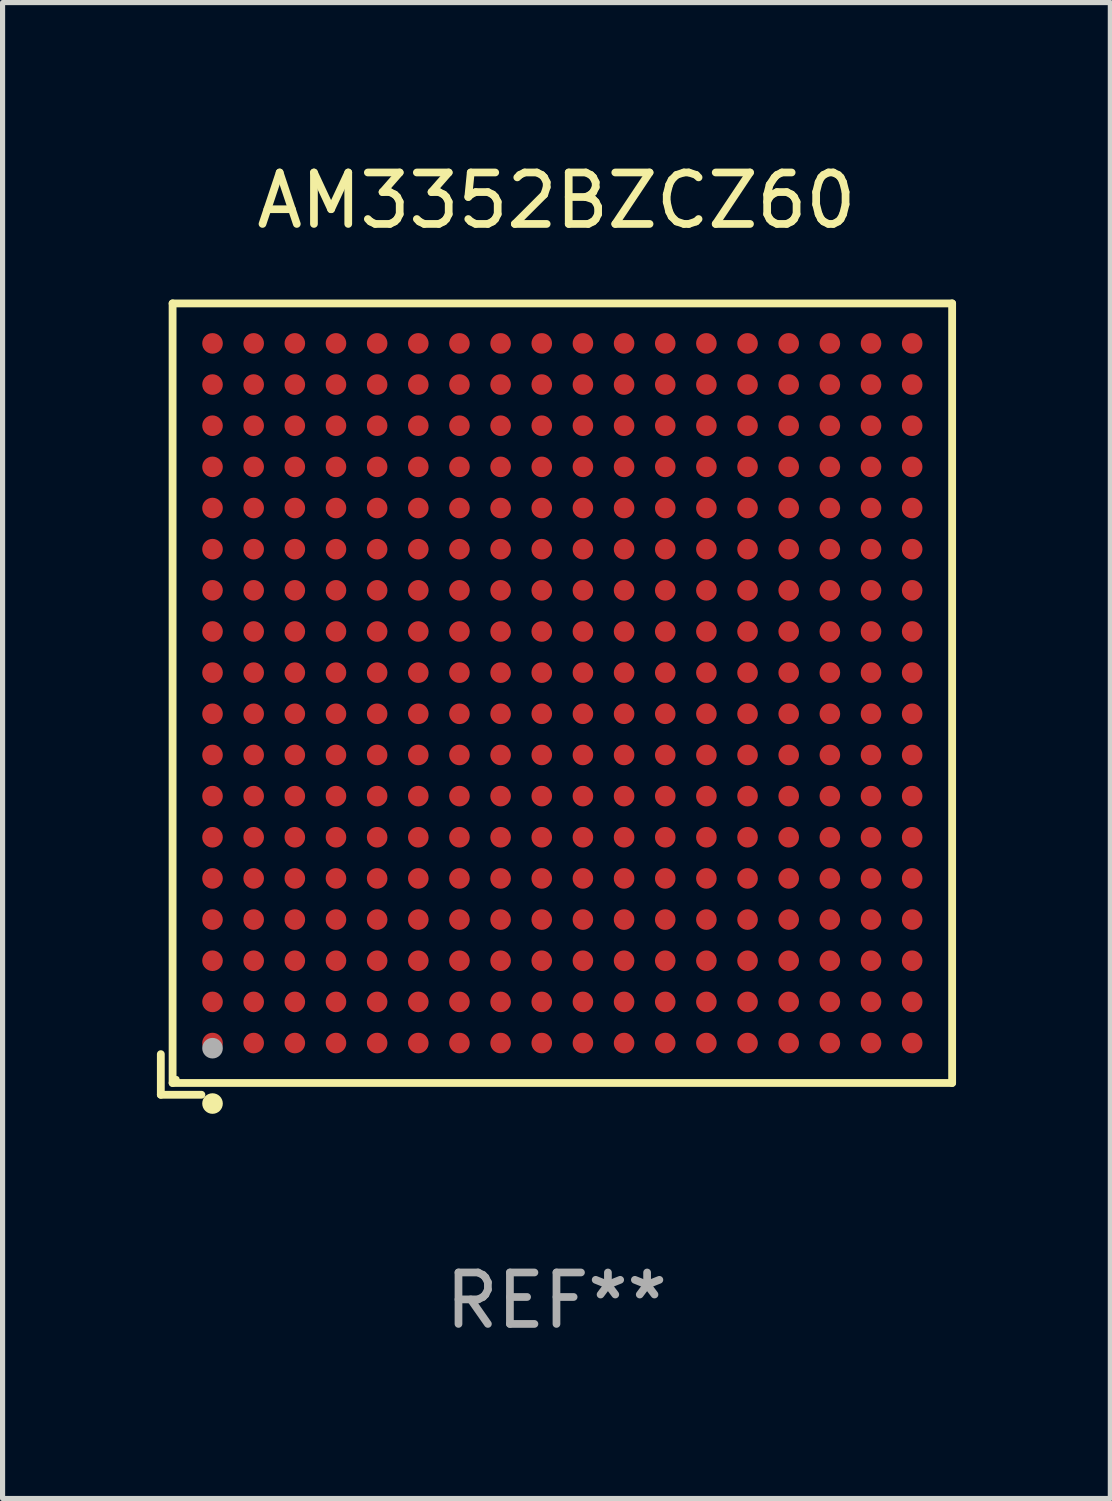
<source format=kicad_pcb>
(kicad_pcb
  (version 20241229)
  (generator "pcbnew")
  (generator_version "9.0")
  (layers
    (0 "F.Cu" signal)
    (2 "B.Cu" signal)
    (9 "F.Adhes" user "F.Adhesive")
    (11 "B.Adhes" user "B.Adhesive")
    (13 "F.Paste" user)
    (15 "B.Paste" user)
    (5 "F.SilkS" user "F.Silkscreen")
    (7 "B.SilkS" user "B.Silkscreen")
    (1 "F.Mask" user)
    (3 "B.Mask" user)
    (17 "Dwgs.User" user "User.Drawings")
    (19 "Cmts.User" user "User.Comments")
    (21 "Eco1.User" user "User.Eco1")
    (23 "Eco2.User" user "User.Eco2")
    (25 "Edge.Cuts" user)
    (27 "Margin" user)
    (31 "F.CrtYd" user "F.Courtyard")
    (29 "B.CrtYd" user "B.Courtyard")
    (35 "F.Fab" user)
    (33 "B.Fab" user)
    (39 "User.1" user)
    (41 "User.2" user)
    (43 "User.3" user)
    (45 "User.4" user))
  (footprint "AM3352BZCZ60"
    (layer "F.Cu")
    (at 7.767 10.539)
    (property "Reference" "AM3352BZCZ60" (at 0 -9.691 0) (layer "F.SilkS") (effects (font (size 1 1) (thickness 0.15))))
    (attr through_hole)
    (fp_line (start -7.691 6.902) (end -7.691 7.691) (stroke (width 0.152) (type solid)) (layer "F.SilkS"))
    (fp_line (start -7.691 7.691) (end -6.902 7.691) (stroke (width 0.152) (type solid)) (layer "F.SilkS"))
    (fp_line (start -7.462 -7.691) (end 7.691 -7.691) (stroke (width 0.152) (type solid)) (layer "F.SilkS"))
    (fp_line (start -7.462 7.462) (end -7.462 -7.691) (stroke (width 0.152) (type solid)) (layer "F.SilkS"))
    (fp_line (start 7.691 -7.691) (end 7.691 7.462) (stroke (width 0.152) (type solid)) (layer "F.SilkS"))
    (fp_line (start 7.691 7.462) (end -7.462 7.462) (stroke (width 0.152) (type solid)) (layer "F.SilkS"))
    (fp_circle (center -7.386 7.386) (end -7.356 7.386) (stroke (width 0.06) (type solid)) (fill no) (layer "F.SilkS"))
    (fp_circle (center -6.686 7.862) (end -6.586 7.862) (stroke (width 0.2) (type solid)) (fill no) (layer "F.SilkS"))
    (fp_circle (center -6.686 6.786) (end -6.586 6.786) (stroke (width 0.2) (type solid)) (fill no) (layer "F.Fab"))
    (fp_text user "REF**" (at 0 11.691 0) (layer "F.Fab") (effects (font (size 1 1) (thickness 0.15))))
    (pad "A1" smd circle (at -6.686 6.686) (size 0.4 0.4) (layers "F.Cu" "F.Mask" "F.Paste"))
    (pad "A2" smd circle (at -6.686 5.886) (size 0.4 0.4) (layers "F.Cu" "F.Mask" "F.Paste"))
    (pad "A3" smd circle (at -6.686 5.086) (size 0.4 0.4) (layers "F.Cu" "F.Mask" "F.Paste"))
    (pad "A4" smd circle (at -6.686 4.286) (size 0.4 0.4) (layers "F.Cu" "F.Mask" "F.Paste"))
    (pad "A5" smd circle (at -6.686 3.486) (size 0.4 0.4) (layers "F.Cu" "F.Mask" "F.Paste"))
    (pad "A6" smd circle (at -6.686 2.686) (size 0.4 0.4) (layers "F.Cu" "F.Mask" "F.Paste"))
    (pad "A7" smd circle (at -6.686 1.886) (size 0.4 0.4) (layers "F.Cu" "F.Mask" "F.Paste"))
    (pad "A8" smd circle (at -6.686 1.086) (size 0.4 0.4) (layers "F.Cu" "F.Mask" "F.Paste"))
    (pad "A9" smd circle (at -6.686 0.286) (size 0.4 0.4) (layers "F.Cu" "F.Mask" "F.Paste"))
    (pad "A10" smd circle (at -6.686 -0.514) (size 0.4 0.4) (layers "F.Cu" "F.Mask" "F.Paste"))
    (pad "A11" smd circle (at -6.686 -1.314) (size 0.4 0.4) (layers "F.Cu" "F.Mask" "F.Paste"))
    (pad "A12" smd circle (at -6.686 -2.114) (size 0.4 0.4) (layers "F.Cu" "F.Mask" "F.Paste"))
    (pad "A13" smd circle (at -6.686 -2.914) (size 0.4 0.4) (layers "F.Cu" "F.Mask" "F.Paste"))
    (pad "A14" smd circle (at -6.686 -3.714) (size 0.4 0.4) (layers "F.Cu" "F.Mask" "F.Paste"))
    (pad "A15" smd circle (at -6.686 -4.514) (size 0.4 0.4) (layers "F.Cu" "F.Mask" "F.Paste"))
    (pad "A16" smd circle (at -6.686 -5.314) (size 0.4 0.4) (layers "F.Cu" "F.Mask" "F.Paste"))
    (pad "A17" smd circle (at -6.686 -6.114) (size 0.4 0.4) (layers "F.Cu" "F.Mask" "F.Paste"))
    (pad "A18" smd circle (at -6.686 -6.914) (size 0.4 0.4) (layers "F.Cu" "F.Mask" "F.Paste"))
    (pad "B1" smd circle (at -5.886 6.686) (size 0.4 0.4) (layers "F.Cu" "F.Mask" "F.Paste"))
    (pad "B2" smd circle (at -5.886 5.886) (size 0.4 0.4) (layers "F.Cu" "F.Mask" "F.Paste"))
    (pad "B3" smd circle (at -5.886 5.086) (size 0.4 0.4) (layers "F.Cu" "F.Mask" "F.Paste"))
    (pad "B4" smd circle (at -5.886 4.286) (size 0.4 0.4) (layers "F.Cu" "F.Mask" "F.Paste"))
    (pad "B5" smd circle (at -5.886 3.486) (size 0.4 0.4) (layers "F.Cu" "F.Mask" "F.Paste"))
    (pad "B6" smd circle (at -5.886 2.686) (size 0.4 0.4) (layers "F.Cu" "F.Mask" "F.Paste"))
    (pad "B7" smd circle (at -5.886 1.886) (size 0.4 0.4) (layers "F.Cu" "F.Mask" "F.Paste"))
    (pad "B8" smd circle (at -5.886 1.086) (size 0.4 0.4) (layers "F.Cu" "F.Mask" "F.Paste"))
    (pad "B9" smd circle (at -5.886 0.286) (size 0.4 0.4) (layers "F.Cu" "F.Mask" "F.Paste"))
    (pad "B10" smd circle (at -5.886 -0.514) (size 0.4 0.4) (layers "F.Cu" "F.Mask" "F.Paste"))
    (pad "B11" smd circle (at -5.886 -1.314) (size 0.4 0.4) (layers "F.Cu" "F.Mask" "F.Paste"))
    (pad "B12" smd circle (at -5.886 -2.114) (size 0.4 0.4) (layers "F.Cu" "F.Mask" "F.Paste"))
    (pad "B13" smd circle (at -5.886 -2.914) (size 0.4 0.4) (layers "F.Cu" "F.Mask" "F.Paste"))
    (pad "B14" smd circle (at -5.886 -3.714) (size 0.4 0.4) (layers "F.Cu" "F.Mask" "F.Paste"))
    (pad "B15" smd circle (at -5.886 -4.514) (size 0.4 0.4) (layers "F.Cu" "F.Mask" "F.Paste"))
    (pad "B16" smd circle (at -5.886 -5.314) (size 0.4 0.4) (layers "F.Cu" "F.Mask" "F.Paste"))
    (pad "B17" smd circle (at -5.886 -6.114) (size 0.4 0.4) (layers "F.Cu" "F.Mask" "F.Paste"))
    (pad "B18" smd circle (at -5.886 -6.914) (size 0.4 0.4) (layers "F.Cu" "F.Mask" "F.Paste"))
    (pad "C1" smd circle (at -5.086 6.686) (size 0.4 0.4) (layers "F.Cu" "F.Mask" "F.Paste"))
    (pad "C2" smd circle (at -5.086 5.886) (size 0.4 0.4) (layers "F.Cu" "F.Mask" "F.Paste"))
    (pad "C3" smd circle (at -5.086 5.086) (size 0.4 0.4) (layers "F.Cu" "F.Mask" "F.Paste"))
    (pad "C4" smd circle (at -5.086 4.286) (size 0.4 0.4) (layers "F.Cu" "F.Mask" "F.Paste"))
    (pad "C5" smd circle (at -5.086 3.486) (size 0.4 0.4) (layers "F.Cu" "F.Mask" "F.Paste"))
    (pad "C6" smd circle (at -5.086 2.686) (size 0.4 0.4) (layers "F.Cu" "F.Mask" "F.Paste"))
    (pad "C7" smd circle (at -5.086 1.886) (size 0.4 0.4) (layers "F.Cu" "F.Mask" "F.Paste"))
    (pad "C8" smd circle (at -5.086 1.086) (size 0.4 0.4) (layers "F.Cu" "F.Mask" "F.Paste"))
    (pad "C9" smd circle (at -5.086 0.286) (size 0.4 0.4) (layers "F.Cu" "F.Mask" "F.Paste"))
    (pad "C10" smd circle (at -5.086 -0.514) (size 0.4 0.4) (layers "F.Cu" "F.Mask" "F.Paste"))
    (pad "C11" smd circle (at -5.086 -1.314) (size 0.4 0.4) (layers "F.Cu" "F.Mask" "F.Paste"))
    (pad "C12" smd circle (at -5.086 -2.114) (size 0.4 0.4) (layers "F.Cu" "F.Mask" "F.Paste"))
    (pad "C13" smd circle (at -5.086 -2.914) (size 0.4 0.4) (layers "F.Cu" "F.Mask" "F.Paste"))
    (pad "C14" smd circle (at -5.086 -3.714) (size 0.4 0.4) (layers "F.Cu" "F.Mask" "F.Paste"))
    (pad "C15" smd circle (at -5.086 -4.514) (size 0.4 0.4) (layers "F.Cu" "F.Mask" "F.Paste"))
    (pad "C16" smd circle (at -5.086 -5.314) (size 0.4 0.4) (layers "F.Cu" "F.Mask" "F.Paste"))
    (pad "C17" smd circle (at -5.086 -6.114) (size 0.4 0.4) (layers "F.Cu" "F.Mask" "F.Paste"))
    (pad "C18" smd circle (at -5.086 -6.914) (size 0.4 0.4) (layers "F.Cu" "F.Mask" "F.Paste"))
    (pad "D1" smd circle (at -4.286 6.686) (size 0.4 0.4) (layers "F.Cu" "F.Mask" "F.Paste"))
    (pad "D2" smd circle (at -4.286 5.886) (size 0.4 0.4) (layers "F.Cu" "F.Mask" "F.Paste"))
    (pad "D3" smd circle (at -4.286 5.086) (size 0.4 0.4) (layers "F.Cu" "F.Mask" "F.Paste"))
    (pad "D4" smd circle (at -4.286 4.286) (size 0.4 0.4) (layers "F.Cu" "F.Mask" "F.Paste"))
    (pad "D5" smd circle (at -4.286 3.486) (size 0.4 0.4) (layers "F.Cu" "F.Mask" "F.Paste"))
    (pad "D6" smd circle (at -4.286 2.686) (size 0.4 0.4) (layers "F.Cu" "F.Mask" "F.Paste"))
    (pad "D7" smd circle (at -4.286 1.886) (size 0.4 0.4) (layers "F.Cu" "F.Mask" "F.Paste"))
    (pad "D8" smd circle (at -4.286 1.086) (size 0.4 0.4) (layers "F.Cu" "F.Mask" "F.Paste"))
    (pad "D9" smd circle (at -4.286 0.286) (size 0.4 0.4) (layers "F.Cu" "F.Mask" "F.Paste"))
    (pad "D10" smd circle (at -4.286 -0.514) (size 0.4 0.4) (layers "F.Cu" "F.Mask" "F.Paste"))
    (pad "D11" smd circle (at -4.286 -1.314) (size 0.4 0.4) (layers "F.Cu" "F.Mask" "F.Paste"))
    (pad "D12" smd circle (at -4.286 -2.114) (size 0.4 0.4) (layers "F.Cu" "F.Mask" "F.Paste"))
    (pad "D13" smd circle (at -4.286 -2.914) (size 0.4 0.4) (layers "F.Cu" "F.Mask" "F.Paste"))
    (pad "D14" smd circle (at -4.286 -3.714) (size 0.4 0.4) (layers "F.Cu" "F.Mask" "F.Paste"))
    (pad "D15" smd circle (at -4.286 -4.514) (size 0.4 0.4) (layers "F.Cu" "F.Mask" "F.Paste"))
    (pad "D16" smd circle (at -4.286 -5.314) (size 0.4 0.4) (layers "F.Cu" "F.Mask" "F.Paste"))
    (pad "D17" smd circle (at -4.286 -6.114) (size 0.4 0.4) (layers "F.Cu" "F.Mask" "F.Paste"))
    (pad "D18" smd circle (at -4.286 -6.914) (size 0.4 0.4) (layers "F.Cu" "F.Mask" "F.Paste"))
    (pad "E1" smd circle (at -3.486 6.686) (size 0.4 0.4) (layers "F.Cu" "F.Mask" "F.Paste"))
    (pad "E2" smd circle (at -3.486 5.886) (size 0.4 0.4) (layers "F.Cu" "F.Mask" "F.Paste"))
    (pad "E3" smd circle (at -3.486 5.086) (size 0.4 0.4) (layers "F.Cu" "F.Mask" "F.Paste"))
    (pad "E4" smd circle (at -3.486 4.286) (size 0.4 0.4) (layers "F.Cu" "F.Mask" "F.Paste"))
    (pad "E5" smd circle (at -3.486 3.486) (size 0.4 0.4) (layers "F.Cu" "F.Mask" "F.Paste"))
    (pad "E6" smd circle (at -3.486 2.686) (size 0.4 0.4) (layers "F.Cu" "F.Mask" "F.Paste"))
    (pad "E7" smd circle (at -3.486 1.886) (size 0.4 0.4) (layers "F.Cu" "F.Mask" "F.Paste"))
    (pad "E8" smd circle (at -3.486 1.086) (size 0.4 0.4) (layers "F.Cu" "F.Mask" "F.Paste"))
    (pad "E9" smd circle (at -3.486 0.286) (size 0.4 0.4) (layers "F.Cu" "F.Mask" "F.Paste"))
    (pad "E10" smd circle (at -3.486 -0.514) (size 0.4 0.4) (layers "F.Cu" "F.Mask" "F.Paste"))
    (pad "E11" smd circle (at -3.486 -1.314) (size 0.4 0.4) (layers "F.Cu" "F.Mask" "F.Paste"))
    (pad "E12" smd circle (at -3.486 -2.114) (size 0.4 0.4) (layers "F.Cu" "F.Mask" "F.Paste"))
    (pad "E13" smd circle (at -3.486 -2.914) (size 0.4 0.4) (layers "F.Cu" "F.Mask" "F.Paste"))
    (pad "E14" smd circle (at -3.486 -3.714) (size 0.4 0.4) (layers "F.Cu" "F.Mask" "F.Paste"))
    (pad "E15" smd circle (at -3.486 -4.514) (size 0.4 0.4) (layers "F.Cu" "F.Mask" "F.Paste"))
    (pad "E16" smd circle (at -3.486 -5.314) (size 0.4 0.4) (layers "F.Cu" "F.Mask" "F.Paste"))
    (pad "E17" smd circle (at -3.486 -6.114) (size 0.4 0.4) (layers "F.Cu" "F.Mask" "F.Paste"))
    (pad "E18" smd circle (at -3.486 -6.914) (size 0.4 0.4) (layers "F.Cu" "F.Mask" "F.Paste"))
    (pad "F1" smd circle (at -2.686 6.686) (size 0.4 0.4) (layers "F.Cu" "F.Mask" "F.Paste"))
    (pad "F2" smd circle (at -2.686 5.886) (size 0.4 0.4) (layers "F.Cu" "F.Mask" "F.Paste"))
    (pad "F3" smd circle (at -2.686 5.086) (size 0.4 0.4) (layers "F.Cu" "F.Mask" "F.Paste"))
    (pad "F4" smd circle (at -2.686 4.286) (size 0.4 0.4) (layers "F.Cu" "F.Mask" "F.Paste"))
    (pad "F5" smd circle (at -2.686 3.486) (size 0.4 0.4) (layers "F.Cu" "F.Mask" "F.Paste"))
    (pad "F6" smd circle (at -2.686 2.686) (size 0.4 0.4) (layers "F.Cu" "F.Mask" "F.Paste"))
    (pad "F7" smd circle (at -2.686 1.886) (size 0.4 0.4) (layers "F.Cu" "F.Mask" "F.Paste"))
    (pad "F8" smd circle (at -2.686 1.086) (size 0.4 0.4) (layers "F.Cu" "F.Mask" "F.Paste"))
    (pad "F9" smd circle (at -2.686 0.286) (size 0.4 0.4) (layers "F.Cu" "F.Mask" "F.Paste"))
    (pad "F10" smd circle (at -2.686 -0.514) (size 0.4 0.4) (layers "F.Cu" "F.Mask" "F.Paste"))
    (pad "F11" smd circle (at -2.686 -1.314) (size 0.4 0.4) (layers "F.Cu" "F.Mask" "F.Paste"))
    (pad "F12" smd circle (at -2.686 -2.114) (size 0.4 0.4) (layers "F.Cu" "F.Mask" "F.Paste"))
    (pad "F13" smd circle (at -2.686 -2.914) (size 0.4 0.4) (layers "F.Cu" "F.Mask" "F.Paste"))
    (pad "F14" smd circle (at -2.686 -3.714) (size 0.4 0.4) (layers "F.Cu" "F.Mask" "F.Paste"))
    (pad "F15" smd circle (at -2.686 -4.514) (size 0.4 0.4) (layers "F.Cu" "F.Mask" "F.Paste"))
    (pad "F16" smd circle (at -2.686 -5.314) (size 0.4 0.4) (layers "F.Cu" "F.Mask" "F.Paste"))
    (pad "F17" smd circle (at -2.686 -6.114) (size 0.4 0.4) (layers "F.Cu" "F.Mask" "F.Paste"))
    (pad "F18" smd circle (at -2.686 -6.914) (size 0.4 0.4) (layers "F.Cu" "F.Mask" "F.Paste"))
    (pad "G1" smd circle (at -1.886 6.686) (size 0.4 0.4) (layers "F.Cu" "F.Mask" "F.Paste"))
    (pad "G2" smd circle (at -1.886 5.886) (size 0.4 0.4) (layers "F.Cu" "F.Mask" "F.Paste"))
    (pad "G3" smd circle (at -1.886 5.086) (size 0.4 0.4) (layers "F.Cu" "F.Mask" "F.Paste"))
    (pad "G4" smd circle (at -1.886 4.286) (size 0.4 0.4) (layers "F.Cu" "F.Mask" "F.Paste"))
    (pad "G5" smd circle (at -1.886 3.486) (size 0.4 0.4) (layers "F.Cu" "F.Mask" "F.Paste"))
    (pad "G6" smd circle (at -1.886 2.686) (size 0.4 0.4) (layers "F.Cu" "F.Mask" "F.Paste"))
    (pad "G7" smd circle (at -1.886 1.886) (size 0.4 0.4) (layers "F.Cu" "F.Mask" "F.Paste"))
    (pad "G8" smd circle (at -1.886 1.086) (size 0.4 0.4) (layers "F.Cu" "F.Mask" "F.Paste"))
    (pad "G9" smd circle (at -1.886 0.286) (size 0.4 0.4) (layers "F.Cu" "F.Mask" "F.Paste"))
    (pad "G10" smd circle (at -1.886 -0.514) (size 0.4 0.4) (layers "F.Cu" "F.Mask" "F.Paste"))
    (pad "G11" smd circle (at -1.886 -1.314) (size 0.4 0.4) (layers "F.Cu" "F.Mask" "F.Paste"))
    (pad "G12" smd circle (at -1.886 -2.114) (size 0.4 0.4) (layers "F.Cu" "F.Mask" "F.Paste"))
    (pad "G13" smd circle (at -1.886 -2.914) (size 0.4 0.4) (layers "F.Cu" "F.Mask" "F.Paste"))
    (pad "G14" smd circle (at -1.886 -3.714) (size 0.4 0.4) (layers "F.Cu" "F.Mask" "F.Paste"))
    (pad "G15" smd circle (at -1.886 -4.514) (size 0.4 0.4) (layers "F.Cu" "F.Mask" "F.Paste"))
    (pad "G16" smd circle (at -1.886 -5.314) (size 0.4 0.4) (layers "F.Cu" "F.Mask" "F.Paste"))
    (pad "G17" smd circle (at -1.886 -6.114) (size 0.4 0.4) (layers "F.Cu" "F.Mask" "F.Paste"))
    (pad "G18" smd circle (at -1.886 -6.914) (size 0.4 0.4) (layers "F.Cu" "F.Mask" "F.Paste"))
    (pad "H1" smd circle (at -1.086 6.686) (size 0.4 0.4) (layers "F.Cu" "F.Mask" "F.Paste"))
    (pad "H2" smd circle (at -1.086 5.886) (size 0.4 0.4) (layers "F.Cu" "F.Mask" "F.Paste"))
    (pad "H3" smd circle (at -1.086 5.086) (size 0.4 0.4) (layers "F.Cu" "F.Mask" "F.Paste"))
    (pad "H4" smd circle (at -1.086 4.286) (size 0.4 0.4) (layers "F.Cu" "F.Mask" "F.Paste"))
    (pad "H5" smd circle (at -1.086 3.486) (size 0.4 0.4) (layers "F.Cu" "F.Mask" "F.Paste"))
    (pad "H6" smd circle (at -1.086 2.686) (size 0.4 0.4) (layers "F.Cu" "F.Mask" "F.Paste"))
    (pad "H7" smd circle (at -1.086 1.886) (size 0.4 0.4) (layers "F.Cu" "F.Mask" "F.Paste"))
    (pad "H8" smd circle (at -1.086 1.086) (size 0.4 0.4) (layers "F.Cu" "F.Mask" "F.Paste"))
    (pad "H9" smd circle (at -1.086 0.286) (size 0.4 0.4) (layers "F.Cu" "F.Mask" "F.Paste"))
    (pad "H10" smd circle (at -1.086 -0.514) (size 0.4 0.4) (layers "F.Cu" "F.Mask" "F.Paste"))
    (pad "H11" smd circle (at -1.086 -1.314) (size 0.4 0.4) (layers "F.Cu" "F.Mask" "F.Paste"))
    (pad "H12" smd circle (at -1.086 -2.114) (size 0.4 0.4) (layers "F.Cu" "F.Mask" "F.Paste"))
    (pad "H13" smd circle (at -1.086 -2.914) (size 0.4 0.4) (layers "F.Cu" "F.Mask" "F.Paste"))
    (pad "H14" smd circle (at -1.086 -3.714) (size 0.4 0.4) (layers "F.Cu" "F.Mask" "F.Paste"))
    (pad "H15" smd circle (at -1.086 -4.514) (size 0.4 0.4) (layers "F.Cu" "F.Mask" "F.Paste"))
    (pad "H16" smd circle (at -1.086 -5.314) (size 0.4 0.4) (layers "F.Cu" "F.Mask" "F.Paste"))
    (pad "H17" smd circle (at -1.086 -6.114) (size 0.4 0.4) (layers "F.Cu" "F.Mask" "F.Paste"))
    (pad "H18" smd circle (at -1.086 -6.914) (size 0.4 0.4) (layers "F.Cu" "F.Mask" "F.Paste"))
    (pad "J1" smd circle (at -0.286 6.686) (size 0.4 0.4) (layers "F.Cu" "F.Mask" "F.Paste"))
    (pad "J2" smd circle (at -0.286 5.886) (size 0.4 0.4) (layers "F.Cu" "F.Mask" "F.Paste"))
    (pad "J3" smd circle (at -0.286 5.086) (size 0.4 0.4) (layers "F.Cu" "F.Mask" "F.Paste"))
    (pad "J4" smd circle (at -0.286 4.286) (size 0.4 0.4) (layers "F.Cu" "F.Mask" "F.Paste"))
    (pad "J5" smd circle (at -0.286 3.486) (size 0.4 0.4) (layers "F.Cu" "F.Mask" "F.Paste"))
    (pad "J6" smd circle (at -0.286 2.686) (size 0.4 0.4) (layers "F.Cu" "F.Mask" "F.Paste"))
    (pad "J7" smd circle (at -0.286 1.886) (size 0.4 0.4) (layers "F.Cu" "F.Mask" "F.Paste"))
    (pad "J8" smd circle (at -0.286 1.086) (size 0.4 0.4) (layers "F.Cu" "F.Mask" "F.Paste"))
    (pad "J9" smd circle (at -0.286 0.286) (size 0.4 0.4) (layers "F.Cu" "F.Mask" "F.Paste"))
    (pad "J10" smd circle (at -0.286 -0.514) (size 0.4 0.4) (layers "F.Cu" "F.Mask" "F.Paste"))
    (pad "J11" smd circle (at -0.286 -1.314) (size 0.4 0.4) (layers "F.Cu" "F.Mask" "F.Paste"))
    (pad "J12" smd circle (at -0.286 -2.114) (size 0.4 0.4) (layers "F.Cu" "F.Mask" "F.Paste"))
    (pad "J13" smd circle (at -0.286 -2.914) (size 0.4 0.4) (layers "F.Cu" "F.Mask" "F.Paste"))
    (pad "J14" smd circle (at -0.286 -3.714) (size 0.4 0.4) (layers "F.Cu" "F.Mask" "F.Paste"))
    (pad "J15" smd circle (at -0.286 -4.514) (size 0.4 0.4) (layers "F.Cu" "F.Mask" "F.Paste"))
    (pad "J16" smd circle (at -0.286 -5.314) (size 0.4 0.4) (layers "F.Cu" "F.Mask" "F.Paste"))
    (pad "J17" smd circle (at -0.286 -6.114) (size 0.4 0.4) (layers "F.Cu" "F.Mask" "F.Paste"))
    (pad "J18" smd circle (at -0.286 -6.914) (size 0.4 0.4) (layers "F.Cu" "F.Mask" "F.Paste"))
    (pad "K1" smd circle (at 0.514 6.686) (size 0.4 0.4) (layers "F.Cu" "F.Mask" "F.Paste"))
    (pad "K2" smd circle (at 0.514 5.886) (size 0.4 0.4) (layers "F.Cu" "F.Mask" "F.Paste"))
    (pad "K3" smd circle (at 0.514 5.086) (size 0.4 0.4) (layers "F.Cu" "F.Mask" "F.Paste"))
    (pad "K4" smd circle (at 0.514 4.286) (size 0.4 0.4) (layers "F.Cu" "F.Mask" "F.Paste"))
    (pad "K5" smd circle (at 0.514 3.486) (size 0.4 0.4) (layers "F.Cu" "F.Mask" "F.Paste"))
    (pad "K6" smd circle (at 0.514 2.686) (size 0.4 0.4) (layers "F.Cu" "F.Mask" "F.Paste"))
    (pad "K7" smd circle (at 0.514 1.886) (size 0.4 0.4) (layers "F.Cu" "F.Mask" "F.Paste"))
    (pad "K8" smd circle (at 0.514 1.086) (size 0.4 0.4) (layers "F.Cu" "F.Mask" "F.Paste"))
    (pad "K9" smd circle (at 0.514 0.286) (size 0.4 0.4) (layers "F.Cu" "F.Mask" "F.Paste"))
    (pad "K10" smd circle (at 0.514 -0.514) (size 0.4 0.4) (layers "F.Cu" "F.Mask" "F.Paste"))
    (pad "K11" smd circle (at 0.514 -1.314) (size 0.4 0.4) (layers "F.Cu" "F.Mask" "F.Paste"))
    (pad "K12" smd circle (at 0.514 -2.114) (size 0.4 0.4) (layers "F.Cu" "F.Mask" "F.Paste"))
    (pad "K13" smd circle (at 0.514 -2.914) (size 0.4 0.4) (layers "F.Cu" "F.Mask" "F.Paste"))
    (pad "K14" smd circle (at 0.514 -3.714) (size 0.4 0.4) (layers "F.Cu" "F.Mask" "F.Paste"))
    (pad "K15" smd circle (at 0.514 -4.514) (size 0.4 0.4) (layers "F.Cu" "F.Mask" "F.Paste"))
    (pad "K16" smd circle (at 0.514 -5.314) (size 0.4 0.4) (layers "F.Cu" "F.Mask" "F.Paste"))
    (pad "K17" smd circle (at 0.514 -6.114) (size 0.4 0.4) (layers "F.Cu" "F.Mask" "F.Paste"))
    (pad "K18" smd circle (at 0.514 -6.914) (size 0.4 0.4) (layers "F.Cu" "F.Mask" "F.Paste"))
    (pad "L1" smd circle (at 1.314 6.686) (size 0.4 0.4) (layers "F.Cu" "F.Mask" "F.Paste"))
    (pad "L2" smd circle (at 1.314 5.886) (size 0.4 0.4) (layers "F.Cu" "F.Mask" "F.Paste"))
    (pad "L3" smd circle (at 1.314 5.086) (size 0.4 0.4) (layers "F.Cu" "F.Mask" "F.Paste"))
    (pad "L4" smd circle (at 1.314 4.286) (size 0.4 0.4) (layers "F.Cu" "F.Mask" "F.Paste"))
    (pad "L5" smd circle (at 1.314 3.486) (size 0.4 0.4) (layers "F.Cu" "F.Mask" "F.Paste"))
    (pad "L6" smd circle (at 1.314 2.686) (size 0.4 0.4) (layers "F.Cu" "F.Mask" "F.Paste"))
    (pad "L7" smd circle (at 1.314 1.886) (size 0.4 0.4) (layers "F.Cu" "F.Mask" "F.Paste"))
    (pad "L8" smd circle (at 1.314 1.086) (size 0.4 0.4) (layers "F.Cu" "F.Mask" "F.Paste"))
    (pad "L9" smd circle (at 1.314 0.286) (size 0.4 0.4) (layers "F.Cu" "F.Mask" "F.Paste"))
    (pad "L10" smd circle (at 1.314 -0.514) (size 0.4 0.4) (layers "F.Cu" "F.Mask" "F.Paste"))
    (pad "L11" smd circle (at 1.314 -1.314) (size 0.4 0.4) (layers "F.Cu" "F.Mask" "F.Paste"))
    (pad "L12" smd circle (at 1.314 -2.114) (size 0.4 0.4) (layers "F.Cu" "F.Mask" "F.Paste"))
    (pad "L13" smd circle (at 1.314 -2.914) (size 0.4 0.4) (layers "F.Cu" "F.Mask" "F.Paste"))
    (pad "L14" smd circle (at 1.314 -3.714) (size 0.4 0.4) (layers "F.Cu" "F.Mask" "F.Paste"))
    (pad "L15" smd circle (at 1.314 -4.514) (size 0.4 0.4) (layers "F.Cu" "F.Mask" "F.Paste"))
    (pad "L16" smd circle (at 1.314 -5.314) (size 0.4 0.4) (layers "F.Cu" "F.Mask" "F.Paste"))
    (pad "L17" smd circle (at 1.314 -6.114) (size 0.4 0.4) (layers "F.Cu" "F.Mask" "F.Paste"))
    (pad "L18" smd circle (at 1.314 -6.914) (size 0.4 0.4) (layers "F.Cu" "F.Mask" "F.Paste"))
    (pad "M1" smd circle (at 2.114 6.686) (size 0.4 0.4) (layers "F.Cu" "F.Mask" "F.Paste"))
    (pad "M2" smd circle (at 2.114 5.886) (size 0.4 0.4) (layers "F.Cu" "F.Mask" "F.Paste"))
    (pad "M3" smd circle (at 2.114 5.086) (size 0.4 0.4) (layers "F.Cu" "F.Mask" "F.Paste"))
    (pad "M4" smd circle (at 2.114 4.286) (size 0.4 0.4) (layers "F.Cu" "F.Mask" "F.Paste"))
    (pad "M5" smd circle (at 2.114 3.486) (size 0.4 0.4) (layers "F.Cu" "F.Mask" "F.Paste"))
    (pad "M6" smd circle (at 2.114 2.686) (size 0.4 0.4) (layers "F.Cu" "F.Mask" "F.Paste"))
    (pad "M7" smd circle (at 2.114 1.886) (size 0.4 0.4) (layers "F.Cu" "F.Mask" "F.Paste"))
    (pad "M8" smd circle (at 2.114 1.086) (size 0.4 0.4) (layers "F.Cu" "F.Mask" "F.Paste"))
    (pad "M9" smd circle (at 2.114 0.286) (size 0.4 0.4) (layers "F.Cu" "F.Mask" "F.Paste"))
    (pad "M10" smd circle (at 2.114 -0.514) (size 0.4 0.4) (layers "F.Cu" "F.Mask" "F.Paste"))
    (pad "M11" smd circle (at 2.114 -1.314) (size 0.4 0.4) (layers "F.Cu" "F.Mask" "F.Paste"))
    (pad "M12" smd circle (at 2.114 -2.114) (size 0.4 0.4) (layers "F.Cu" "F.Mask" "F.Paste"))
    (pad "M13" smd circle (at 2.114 -2.914) (size 0.4 0.4) (layers "F.Cu" "F.Mask" "F.Paste"))
    (pad "M14" smd circle (at 2.114 -3.714) (size 0.4 0.4) (layers "F.Cu" "F.Mask" "F.Paste"))
    (pad "M15" smd circle (at 2.114 -4.514) (size 0.4 0.4) (layers "F.Cu" "F.Mask" "F.Paste"))
    (pad "M16" smd circle (at 2.114 -5.314) (size 0.4 0.4) (layers "F.Cu" "F.Mask" "F.Paste"))
    (pad "M17" smd circle (at 2.114 -6.114) (size 0.4 0.4) (layers "F.Cu" "F.Mask" "F.Paste"))
    (pad "M18" smd circle (at 2.114 -6.914) (size 0.4 0.4) (layers "F.Cu" "F.Mask" "F.Paste"))
    (pad "N1" smd circle (at 2.914 6.686) (size 0.4 0.4) (layers "F.Cu" "F.Mask" "F.Paste"))
    (pad "N2" smd circle (at 2.914 5.886) (size 0.4 0.4) (layers "F.Cu" "F.Mask" "F.Paste"))
    (pad "N3" smd circle (at 2.914 5.086) (size 0.4 0.4) (layers "F.Cu" "F.Mask" "F.Paste"))
    (pad "N4" smd circle (at 2.914 4.286) (size 0.4 0.4) (layers "F.Cu" "F.Mask" "F.Paste"))
    (pad "N5" smd circle (at 2.914 3.486) (size 0.4 0.4) (layers "F.Cu" "F.Mask" "F.Paste"))
    (pad "N6" smd circle (at 2.914 2.686) (size 0.4 0.4) (layers "F.Cu" "F.Mask" "F.Paste"))
    (pad "N7" smd circle (at 2.914 1.886) (size 0.4 0.4) (layers "F.Cu" "F.Mask" "F.Paste"))
    (pad "N8" smd circle (at 2.914 1.086) (size 0.4 0.4) (layers "F.Cu" "F.Mask" "F.Paste"))
    (pad "N9" smd circle (at 2.914 0.286) (size 0.4 0.4) (layers "F.Cu" "F.Mask" "F.Paste"))
    (pad "N10" smd circle (at 2.914 -0.514) (size 0.4 0.4) (layers "F.Cu" "F.Mask" "F.Paste"))
    (pad "N11" smd circle (at 2.914 -1.314) (size 0.4 0.4) (layers "F.Cu" "F.Mask" "F.Paste"))
    (pad "N12" smd circle (at 2.914 -2.114) (size 0.4 0.4) (layers "F.Cu" "F.Mask" "F.Paste"))
    (pad "N13" smd circle (at 2.914 -2.914) (size 0.4 0.4) (layers "F.Cu" "F.Mask" "F.Paste"))
    (pad "N14" smd circle (at 2.914 -3.714) (size 0.4 0.4) (layers "F.Cu" "F.Mask" "F.Paste"))
    (pad "N15" smd circle (at 2.914 -4.514) (size 0.4 0.4) (layers "F.Cu" "F.Mask" "F.Paste"))
    (pad "N16" smd circle (at 2.914 -5.314) (size 0.4 0.4) (layers "F.Cu" "F.Mask" "F.Paste"))
    (pad "N17" smd circle (at 2.914 -6.114) (size 0.4 0.4) (layers "F.Cu" "F.Mask" "F.Paste"))
    (pad "N18" smd circle (at 2.914 -6.914) (size 0.4 0.4) (layers "F.Cu" "F.Mask" "F.Paste"))
    (pad "P1" smd circle (at 3.714 6.686) (size 0.4 0.4) (layers "F.Cu" "F.Mask" "F.Paste"))
    (pad "P2" smd circle (at 3.714 5.886) (size 0.4 0.4) (layers "F.Cu" "F.Mask" "F.Paste"))
    (pad "P3" smd circle (at 3.714 5.086) (size 0.4 0.4) (layers "F.Cu" "F.Mask" "F.Paste"))
    (pad "P4" smd circle (at 3.714 4.286) (size 0.4 0.4) (layers "F.Cu" "F.Mask" "F.Paste"))
    (pad "P5" smd circle (at 3.714 3.486) (size 0.4 0.4) (layers "F.Cu" "F.Mask" "F.Paste"))
    (pad "P6" smd circle (at 3.714 2.686) (size 0.4 0.4) (layers "F.Cu" "F.Mask" "F.Paste"))
    (pad "P7" smd circle (at 3.714 1.886) (size 0.4 0.4) (layers "F.Cu" "F.Mask" "F.Paste"))
    (pad "P8" smd circle (at 3.714 1.086) (size 0.4 0.4) (layers "F.Cu" "F.Mask" "F.Paste"))
    (pad "P9" smd circle (at 3.714 0.286) (size 0.4 0.4) (layers "F.Cu" "F.Mask" "F.Paste"))
    (pad "P10" smd circle (at 3.714 -0.514) (size 0.4 0.4) (layers "F.Cu" "F.Mask" "F.Paste"))
    (pad "P11" smd circle (at 3.714 -1.314) (size 0.4 0.4) (layers "F.Cu" "F.Mask" "F.Paste"))
    (pad "P12" smd circle (at 3.714 -2.114) (size 0.4 0.4) (layers "F.Cu" "F.Mask" "F.Paste"))
    (pad "P13" smd circle (at 3.714 -2.914) (size 0.4 0.4) (layers "F.Cu" "F.Mask" "F.Paste"))
    (pad "P14" smd circle (at 3.714 -3.714) (size 0.4 0.4) (layers "F.Cu" "F.Mask" "F.Paste"))
    (pad "P15" smd circle (at 3.714 -4.514) (size 0.4 0.4) (layers "F.Cu" "F.Mask" "F.Paste"))
    (pad "P16" smd circle (at 3.714 -5.314) (size 0.4 0.4) (layers "F.Cu" "F.Mask" "F.Paste"))
    (pad "P17" smd circle (at 3.714 -6.114) (size 0.4 0.4) (layers "F.Cu" "F.Mask" "F.Paste"))
    (pad "P18" smd circle (at 3.714 -6.914) (size 0.4 0.4) (layers "F.Cu" "F.Mask" "F.Paste"))
    (pad "R1" smd circle (at 4.514 6.686) (size 0.4 0.4) (layers "F.Cu" "F.Mask" "F.Paste"))
    (pad "R2" smd circle (at 4.514 5.886) (size 0.4 0.4) (layers "F.Cu" "F.Mask" "F.Paste"))
    (pad "R3" smd circle (at 4.514 5.086) (size 0.4 0.4) (layers "F.Cu" "F.Mask" "F.Paste"))
    (pad "R4" smd circle (at 4.514 4.286) (size 0.4 0.4) (layers "F.Cu" "F.Mask" "F.Paste"))
    (pad "R5" smd circle (at 4.514 3.486) (size 0.4 0.4) (layers "F.Cu" "F.Mask" "F.Paste"))
    (pad "R6" smd circle (at 4.514 2.686) (size 0.4 0.4) (layers "F.Cu" "F.Mask" "F.Paste"))
    (pad "R7" smd circle (at 4.514 1.886) (size 0.4 0.4) (layers "F.Cu" "F.Mask" "F.Paste"))
    (pad "R8" smd circle (at 4.514 1.086) (size 0.4 0.4) (layers "F.Cu" "F.Mask" "F.Paste"))
    (pad "R9" smd circle (at 4.514 0.286) (size 0.4 0.4) (layers "F.Cu" "F.Mask" "F.Paste"))
    (pad "R10" smd circle (at 4.514 -0.514) (size 0.4 0.4) (layers "F.Cu" "F.Mask" "F.Paste"))
    (pad "R11" smd circle (at 4.514 -1.314) (size 0.4 0.4) (layers "F.Cu" "F.Mask" "F.Paste"))
    (pad "R12" smd circle (at 4.514 -2.114) (size 0.4 0.4) (layers "F.Cu" "F.Mask" "F.Paste"))
    (pad "R13" smd circle (at 4.514 -2.914) (size 0.4 0.4) (layers "F.Cu" "F.Mask" "F.Paste"))
    (pad "R14" smd circle (at 4.514 -3.714) (size 0.4 0.4) (layers "F.Cu" "F.Mask" "F.Paste"))
    (pad "R15" smd circle (at 4.514 -4.514) (size 0.4 0.4) (layers "F.Cu" "F.Mask" "F.Paste"))
    (pad "R16" smd circle (at 4.514 -5.314) (size 0.4 0.4) (layers "F.Cu" "F.Mask" "F.Paste"))
    (pad "R17" smd circle (at 4.514 -6.114) (size 0.4 0.4) (layers "F.Cu" "F.Mask" "F.Paste"))
    (pad "R18" smd circle (at 4.514 -6.914) (size 0.4 0.4) (layers "F.Cu" "F.Mask" "F.Paste"))
    (pad "T1" smd circle (at 5.314 6.686) (size 0.4 0.4) (layers "F.Cu" "F.Mask" "F.Paste"))
    (pad "T2" smd circle (at 5.314 5.886) (size 0.4 0.4) (layers "F.Cu" "F.Mask" "F.Paste"))
    (pad "T3" smd circle (at 5.314 5.086) (size 0.4 0.4) (layers "F.Cu" "F.Mask" "F.Paste"))
    (pad "T4" smd circle (at 5.314 4.286) (size 0.4 0.4) (layers "F.Cu" "F.Mask" "F.Paste"))
    (pad "T5" smd circle (at 5.314 3.486) (size 0.4 0.4) (layers "F.Cu" "F.Mask" "F.Paste"))
    (pad "T6" smd circle (at 5.314 2.686) (size 0.4 0.4) (layers "F.Cu" "F.Mask" "F.Paste"))
    (pad "T7" smd circle (at 5.314 1.886) (size 0.4 0.4) (layers "F.Cu" "F.Mask" "F.Paste"))
    (pad "T8" smd circle (at 5.314 1.086) (size 0.4 0.4) (layers "F.Cu" "F.Mask" "F.Paste"))
    (pad "T9" smd circle (at 5.314 0.286) (size 0.4 0.4) (layers "F.Cu" "F.Mask" "F.Paste"))
    (pad "T10" smd circle (at 5.314 -0.514) (size 0.4 0.4) (layers "F.Cu" "F.Mask" "F.Paste"))
    (pad "T11" smd circle (at 5.314 -1.314) (size 0.4 0.4) (layers "F.Cu" "F.Mask" "F.Paste"))
    (pad "T12" smd circle (at 5.314 -2.114) (size 0.4 0.4) (layers "F.Cu" "F.Mask" "F.Paste"))
    (pad "T13" smd circle (at 5.314 -2.914) (size 0.4 0.4) (layers "F.Cu" "F.Mask" "F.Paste"))
    (pad "T14" smd circle (at 5.314 -3.714) (size 0.4 0.4) (layers "F.Cu" "F.Mask" "F.Paste"))
    (pad "T15" smd circle (at 5.314 -4.514) (size 0.4 0.4) (layers "F.Cu" "F.Mask" "F.Paste"))
    (pad "T16" smd circle (at 5.314 -5.314) (size 0.4 0.4) (layers "F.Cu" "F.Mask" "F.Paste"))
    (pad "T17" smd circle (at 5.314 -6.114) (size 0.4 0.4) (layers "F.Cu" "F.Mask" "F.Paste"))
    (pad "T18" smd circle (at 5.314 -6.914) (size 0.4 0.4) (layers "F.Cu" "F.Mask" "F.Paste"))
    (pad "U1" smd circle (at 6.114 6.686) (size 0.4 0.4) (layers "F.Cu" "F.Mask" "F.Paste"))
    (pad "U2" smd circle (at 6.114 5.886) (size 0.4 0.4) (layers "F.Cu" "F.Mask" "F.Paste"))
    (pad "U3" smd circle (at 6.114 5.086) (size 0.4 0.4) (layers "F.Cu" "F.Mask" "F.Paste"))
    (pad "U4" smd circle (at 6.114 4.286) (size 0.4 0.4) (layers "F.Cu" "F.Mask" "F.Paste"))
    (pad "U5" smd circle (at 6.114 3.486) (size 0.4 0.4) (layers "F.Cu" "F.Mask" "F.Paste"))
    (pad "U6" smd circle (at 6.114 2.686) (size 0.4 0.4) (layers "F.Cu" "F.Mask" "F.Paste"))
    (pad "U7" smd circle (at 6.114 1.886) (size 0.4 0.4) (layers "F.Cu" "F.Mask" "F.Paste"))
    (pad "U8" smd circle (at 6.114 1.086) (size 0.4 0.4) (layers "F.Cu" "F.Mask" "F.Paste"))
    (pad "U9" smd circle (at 6.114 0.286) (size 0.4 0.4) (layers "F.Cu" "F.Mask" "F.Paste"))
    (pad "U10" smd circle (at 6.114 -0.514) (size 0.4 0.4) (layers "F.Cu" "F.Mask" "F.Paste"))
    (pad "U11" smd circle (at 6.114 -1.314) (size 0.4 0.4) (layers "F.Cu" "F.Mask" "F.Paste"))
    (pad "U12" smd circle (at 6.114 -2.114) (size 0.4 0.4) (layers "F.Cu" "F.Mask" "F.Paste"))
    (pad "U13" smd circle (at 6.114 -2.914) (size 0.4 0.4) (layers "F.Cu" "F.Mask" "F.Paste"))
    (pad "U14" smd circle (at 6.114 -3.714) (size 0.4 0.4) (layers "F.Cu" "F.Mask" "F.Paste"))
    (pad "U15" smd circle (at 6.114 -4.514) (size 0.4 0.4) (layers "F.Cu" "F.Mask" "F.Paste"))
    (pad "U16" smd circle (at 6.114 -5.314) (size 0.4 0.4) (layers "F.Cu" "F.Mask" "F.Paste"))
    (pad "U17" smd circle (at 6.114 -6.114) (size 0.4 0.4) (layers "F.Cu" "F.Mask" "F.Paste"))
    (pad "U18" smd circle (at 6.114 -6.914) (size 0.4 0.4) (layers "F.Cu" "F.Mask" "F.Paste"))
    (pad "V1" smd circle (at 6.914 6.686) (size 0.4 0.4) (layers "F.Cu" "F.Mask" "F.Paste"))
    (pad "V2" smd circle (at 6.914 5.886) (size 0.4 0.4) (layers "F.Cu" "F.Mask" "F.Paste"))
    (pad "V3" smd circle (at 6.914 5.086) (size 0.4 0.4) (layers "F.Cu" "F.Mask" "F.Paste"))
    (pad "V4" smd circle (at 6.914 4.286) (size 0.4 0.4) (layers "F.Cu" "F.Mask" "F.Paste"))
    (pad "V5" smd circle (at 6.914 3.486) (size 0.4 0.4) (layers "F.Cu" "F.Mask" "F.Paste"))
    (pad "V6" smd circle (at 6.914 2.686) (size 0.4 0.4) (layers "F.Cu" "F.Mask" "F.Paste"))
    (pad "V7" smd circle (at 6.914 1.886) (size 0.4 0.4) (layers "F.Cu" "F.Mask" "F.Paste"))
    (pad "V8" smd circle (at 6.914 1.086) (size 0.4 0.4) (layers "F.Cu" "F.Mask" "F.Paste"))
    (pad "V9" smd circle (at 6.914 0.286) (size 0.4 0.4) (layers "F.Cu" "F.Mask" "F.Paste"))
    (pad "V10" smd circle (at 6.914 -0.514) (size 0.4 0.4) (layers "F.Cu" "F.Mask" "F.Paste"))
    (pad "V11" smd circle (at 6.914 -1.314) (size 0.4 0.4) (layers "F.Cu" "F.Mask" "F.Paste"))
    (pad "V12" smd circle (at 6.914 -2.114) (size 0.4 0.4) (layers "F.Cu" "F.Mask" "F.Paste"))
    (pad "V13" smd circle (at 6.914 -2.914) (size 0.4 0.4) (layers "F.Cu" "F.Mask" "F.Paste"))
    (pad "V14" smd circle (at 6.914 -3.714) (size 0.4 0.4) (layers "F.Cu" "F.Mask" "F.Paste"))
    (pad "V15" smd circle (at 6.914 -4.514) (size 0.4 0.4) (layers "F.Cu" "F.Mask" "F.Paste"))
    (pad "V16" smd circle (at 6.914 -5.314) (size 0.4 0.4) (layers "F.Cu" "F.Mask" "F.Paste"))
    (pad "V17" smd circle (at 6.914 -6.114) (size 0.4 0.4) (layers "F.Cu" "F.Mask" "F.Paste"))
    (pad "V18" smd circle (at 6.914 -6.914) (size 0.4 0.4) (layers "F.Cu" "F.Mask" "F.Paste")))
  (gr_rect
    (start -3 -3)
    (end 18.533 26.078)
    (stroke (width 0.1) (type default))
    (fill no)
    (layer "Edge.Cuts")))
</source>
